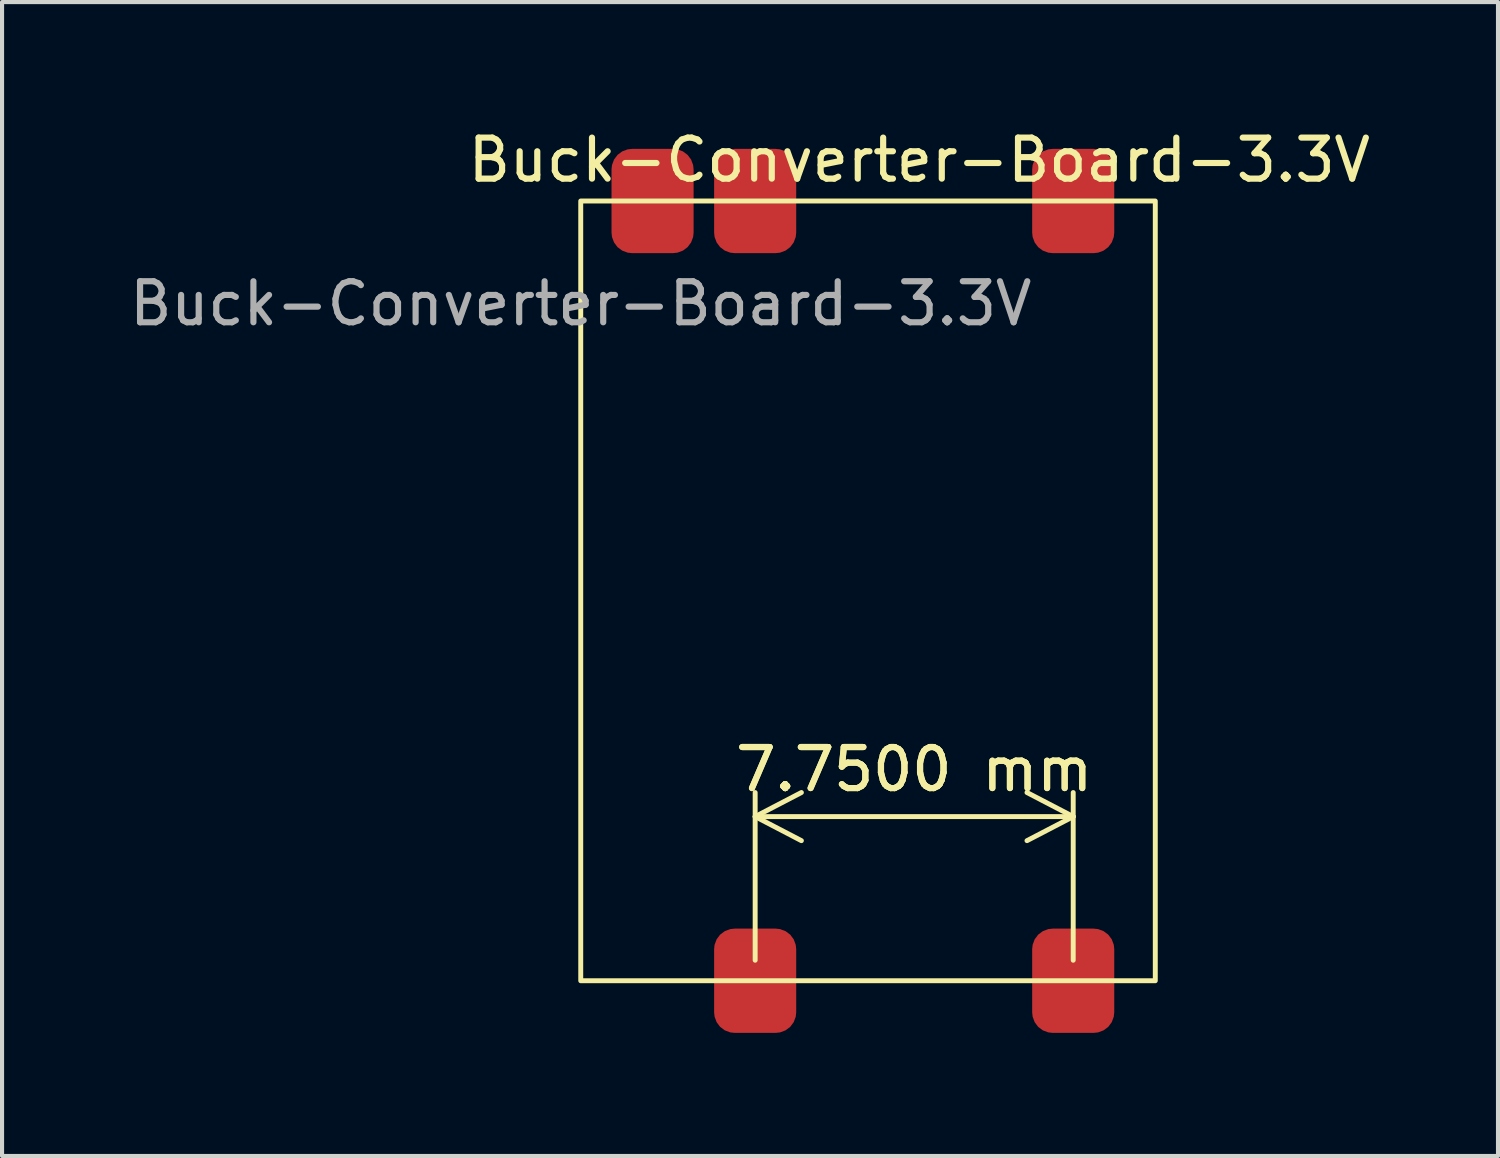
<source format=kicad_pcb>
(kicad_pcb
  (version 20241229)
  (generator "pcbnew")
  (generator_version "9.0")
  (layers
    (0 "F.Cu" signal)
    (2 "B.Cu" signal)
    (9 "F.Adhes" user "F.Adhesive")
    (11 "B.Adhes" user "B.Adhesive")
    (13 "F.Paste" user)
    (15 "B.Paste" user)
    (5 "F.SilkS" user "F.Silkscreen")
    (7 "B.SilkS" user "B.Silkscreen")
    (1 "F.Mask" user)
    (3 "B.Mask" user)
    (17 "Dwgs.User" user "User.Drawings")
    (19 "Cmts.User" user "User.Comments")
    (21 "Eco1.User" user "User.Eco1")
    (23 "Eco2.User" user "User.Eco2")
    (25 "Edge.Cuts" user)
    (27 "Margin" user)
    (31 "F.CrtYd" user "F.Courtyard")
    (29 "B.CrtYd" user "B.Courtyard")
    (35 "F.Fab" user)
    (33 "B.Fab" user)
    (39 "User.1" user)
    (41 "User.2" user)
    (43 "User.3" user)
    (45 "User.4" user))
  (footprint "Buck-Converter-Board-3.3V"
    (layer "F.Cu")
    (at 11.101 1.848)
    (property "Reference" "Buck-Converter-Board-3.3V" (at 8.25 -1 0) (unlocked yes) (layer "F.SilkS") (effects (font (size 1 1) (thickness 0.15))))
    (attr smd)
    (fp_rect (start 0 0) (end 14 19) (stroke (width 0.12) (type default)) (fill no) (layer "F.SilkS"))
    (fp_text user "${REFERENCE}" (at 0 2.5 0) (unlocked yes) (layer "F.Fab") (effects (font (size 1 1) (thickness 0.15))))
    (dimension (type aligned) (layer "F.SilkS") (pts (xy 15.351 20.848) (xy 23.101 20.848)) (height -4) (format (prefix "") (suffix "") (units 3) (units_format 1) (precision 4)) (style (thickness 0.12) (arrow_length 1.27) (text_position_mode 0) (arrow_direction outward) (extension_height 0.586) (extension_offset 0.5) (keep_text_aligned yes)) (gr_text "7.7500 mm" (at 19.226 15.698 0) (layer "F.SilkS") (effects (font (size 1 1) (thickness 0.15)))))
    (pad "1" smd roundrect (at 1.75 0) (size 2 2.54) (layers "F.Cu" "F.Mask" "F.Paste") (roundrect_rratio 0.25))
    (pad "2" smd roundrect (at 4.25 0) (size 2 2.54) (layers "F.Cu" "F.Mask" "F.Paste") (roundrect_rratio 0.25))
    (pad "3" smd roundrect (at 12 0) (size 2 2.54) (layers "F.Cu" "F.Mask" "F.Paste") (roundrect_rratio 0.25))
    (pad "4" smd roundrect (at 4.25 19) (size 2 2.54) (layers "F.Cu" "F.Mask" "F.Paste") (roundrect_rratio 0.25))
    (pad "5" smd roundrect (at 12 19) (size 2 2.54) (layers "F.Cu" "F.Mask" "F.Paste") (roundrect_rratio 0.25)))
  (gr_rect
    (start -3 -3)
    (end 33.452 25.118)
    (stroke (width 0.1) (type default))
    (fill no)
    (layer "Edge.Cuts")))
</source>
